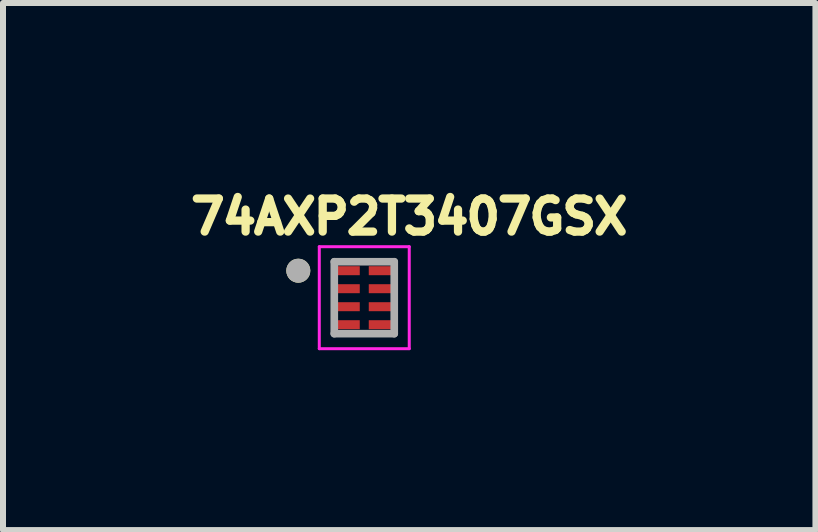
<source format=kicad_pcb>
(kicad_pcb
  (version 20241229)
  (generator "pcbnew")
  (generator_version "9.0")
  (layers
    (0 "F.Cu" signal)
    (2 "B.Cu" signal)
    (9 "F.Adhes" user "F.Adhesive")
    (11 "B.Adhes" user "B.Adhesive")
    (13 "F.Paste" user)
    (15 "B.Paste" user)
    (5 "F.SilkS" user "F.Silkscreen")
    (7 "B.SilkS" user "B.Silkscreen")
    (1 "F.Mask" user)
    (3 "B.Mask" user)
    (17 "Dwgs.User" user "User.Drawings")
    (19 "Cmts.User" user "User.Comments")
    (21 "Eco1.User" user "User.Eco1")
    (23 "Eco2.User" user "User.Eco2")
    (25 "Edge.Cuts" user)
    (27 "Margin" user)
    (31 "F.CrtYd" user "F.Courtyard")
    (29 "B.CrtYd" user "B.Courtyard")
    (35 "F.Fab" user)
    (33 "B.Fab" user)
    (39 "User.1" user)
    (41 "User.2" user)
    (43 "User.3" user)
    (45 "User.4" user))
  (footprint "74AXP2T3407GSX"
    (layer "F.Cu")
    (at 3.024 1.914)
    (property "Reference" "74AXP2T3407GSX" (at 0.75 -1.35 0) (layer "F.SilkS") (effects (font (size 0.551 0.551) (thickness 0.15))))
    (attr through_hole)
    (fp_circle (center -1.1 -0.45) (end -1 -0.45) (stroke (width 0.2) (type solid)) (fill no) (layer "F.SilkS"))
    (fp_line (start -0.75 -0.85) (end -0.75 0.85) (stroke (width 0.05) (type solid)) (layer "F.CrtYd"))
    (fp_line (start -0.75 -0.85) (end 0.75 -0.85) (stroke (width 0.05) (type solid)) (layer "F.CrtYd"))
    (fp_line (start -0.75 0.85) (end 0.75 0.85) (stroke (width 0.05) (type solid)) (layer "F.CrtYd"))
    (fp_line (start 0.75 -0.85) (end 0.75 0.85) (stroke (width 0.05) (type solid)) (layer "F.CrtYd"))
    (fp_line (start -0.5 -0.6) (end -0.5 0.6) (stroke (width 0.127) (type solid)) (layer "F.Fab"))
    (fp_line (start -0.5 -0.6) (end 0.5 -0.6) (stroke (width 0.127) (type solid)) (layer "F.Fab"))
    (fp_line (start -0.5 0.6) (end 0.5 0.6) (stroke (width 0.127) (type solid)) (layer "F.Fab"))
    (fp_line (start 0.5 -0.6) (end 0.5 0.6) (stroke (width 0.127) (type solid)) (layer "F.Fab"))
    (fp_circle (center -1.1 -0.45) (end -1 -0.45) (stroke (width 0.2) (type solid)) (fill no) (layer "F.Fab"))
    (pad "1" smd roundrect (at -0.275 -0.45) (size 0.4 0.15) (layers "F.Cu" "F.Mask" "F.Paste") (roundrect_rratio 0.02))
    (pad "2" smd roundrect (at -0.275 -0.15) (size 0.4 0.15) (layers "F.Cu" "F.Mask" "F.Paste") (roundrect_rratio 0.02))
    (pad "3" smd roundrect (at -0.275 0.15) (size 0.4 0.15) (layers "F.Cu" "F.Mask" "F.Paste") (roundrect_rratio 0.02))
    (pad "4" smd roundrect (at -0.275 0.45) (size 0.4 0.15) (layers "F.Cu" "F.Mask" "F.Paste") (roundrect_rratio 0.02))
    (pad "5" smd roundrect (at 0.275 0.45) (size 0.4 0.15) (layers "F.Cu" "F.Mask" "F.Paste") (roundrect_rratio 0.02))
    (pad "6" smd roundrect (at 0.275 0.15) (size 0.4 0.15) (layers "F.Cu" "F.Mask" "F.Paste") (roundrect_rratio 0.02))
    (pad "7" smd roundrect (at 0.275 -0.15) (size 0.4 0.15) (layers "F.Cu" "F.Mask" "F.Paste") (roundrect_rratio 0.02))
    (pad "8" smd roundrect (at 0.275 -0.45) (size 0.4 0.15) (layers "F.Cu" "F.Mask" "F.Paste") (roundrect_rratio 0.02)))
  (gr_rect
    (start -3 -3)
    (end 10.547 5.789)
    (stroke (width 0.1) (type default))
    (fill no)
    (layer "Edge.Cuts")))
</source>
